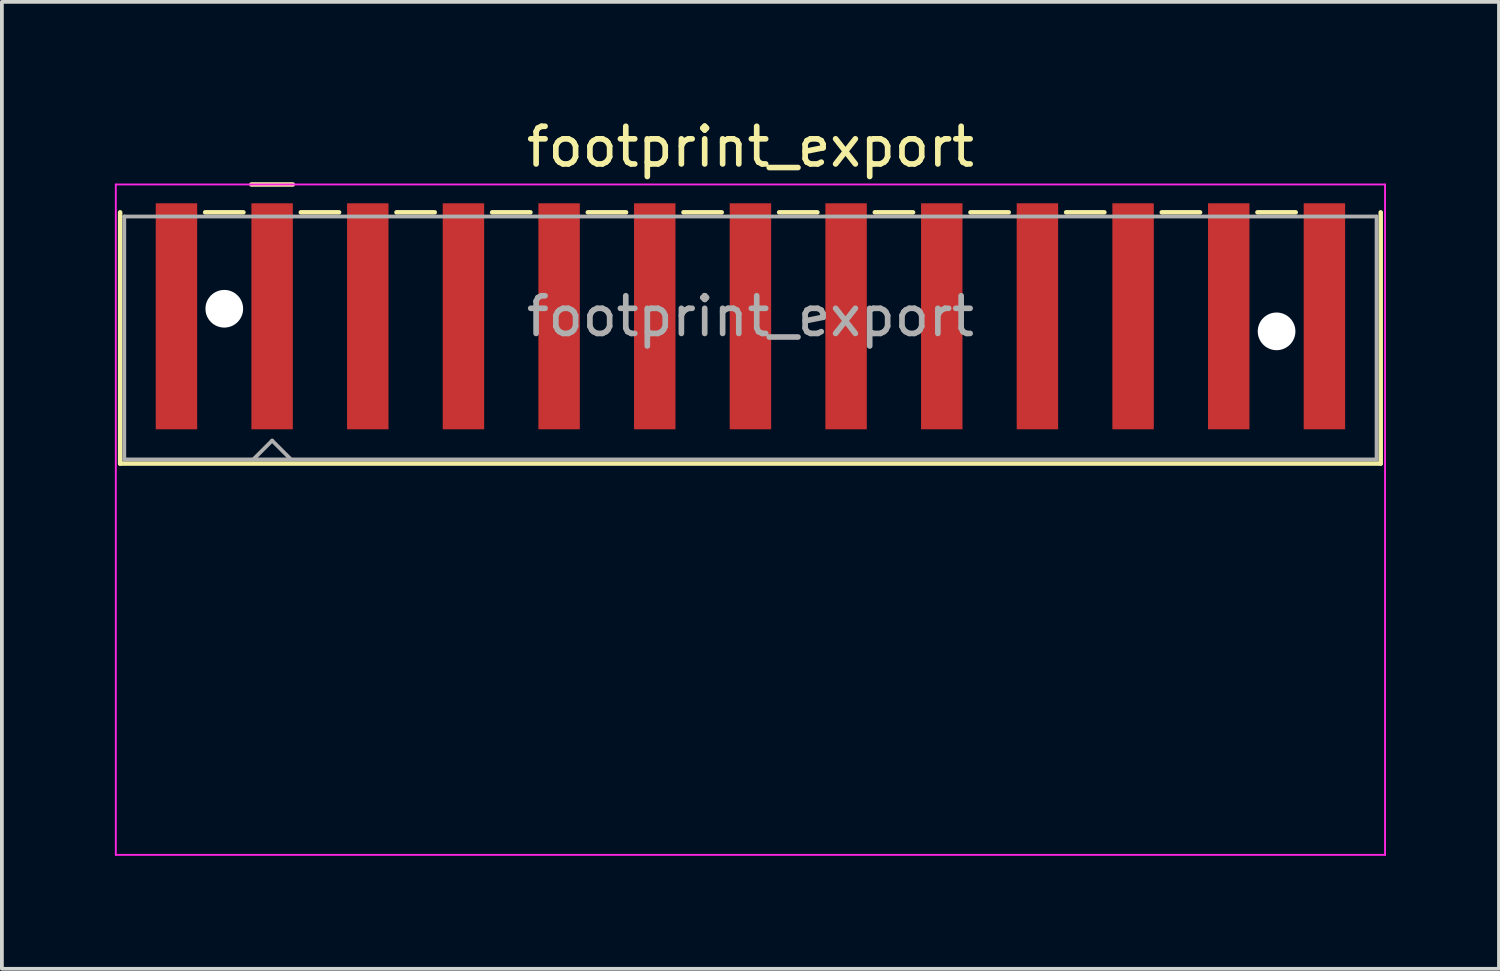
<source format=kicad_pcb>
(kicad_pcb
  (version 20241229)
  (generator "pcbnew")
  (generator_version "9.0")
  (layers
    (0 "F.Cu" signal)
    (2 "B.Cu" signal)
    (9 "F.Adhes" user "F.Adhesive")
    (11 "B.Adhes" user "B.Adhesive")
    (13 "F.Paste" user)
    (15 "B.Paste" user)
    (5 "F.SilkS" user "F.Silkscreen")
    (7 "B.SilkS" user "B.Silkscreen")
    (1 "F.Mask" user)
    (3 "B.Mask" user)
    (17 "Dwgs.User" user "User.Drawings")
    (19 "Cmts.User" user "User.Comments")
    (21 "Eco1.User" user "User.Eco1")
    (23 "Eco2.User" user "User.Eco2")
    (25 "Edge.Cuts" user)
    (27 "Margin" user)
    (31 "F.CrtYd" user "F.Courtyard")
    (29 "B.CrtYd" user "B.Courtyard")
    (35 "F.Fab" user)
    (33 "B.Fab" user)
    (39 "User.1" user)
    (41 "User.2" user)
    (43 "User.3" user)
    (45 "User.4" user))
  (footprint "footprint_export"
    (layer "F.Cu")
    (at 16.875 6.648)
    (property "Reference" "footprint_export" (at 0 -5.8 0) (layer "F.SilkS") (effects (font (size 1 1) (thickness 0.15))))
    (attr smd)
    (fp_line (start -16.735 -4.06) (end -16.735 2.61) (stroke (width 0.12) (type solid)) (layer "F.SilkS"))
    (fp_line (start -14.478 -4.06) (end -13.462 -4.06) (stroke (width 0.12) (type solid)) (layer "F.SilkS"))
    (fp_line (start -13.25 -4.8) (end -12.15 -4.8) (stroke (width 0.12) (type solid)) (layer "F.SilkS"))
    (fp_line (start -11.938 -4.06) (end -10.922 -4.06) (stroke (width 0.12) (type solid)) (layer "F.SilkS"))
    (fp_line (start -9.398 -4.06) (end -8.382 -4.06) (stroke (width 0.12) (type solid)) (layer "F.SilkS"))
    (fp_line (start -6.858 -4.06) (end -5.842 -4.06) (stroke (width 0.12) (type solid)) (layer "F.SilkS"))
    (fp_line (start -4.318 -4.06) (end -3.302 -4.06) (stroke (width 0.12) (type solid)) (layer "F.SilkS"))
    (fp_line (start -1.778 -4.06) (end -0.762 -4.06) (stroke (width 0.12) (type solid)) (layer "F.SilkS"))
    (fp_line (start 0.762 -4.06) (end 1.778 -4.06) (stroke (width 0.12) (type solid)) (layer "F.SilkS"))
    (fp_line (start 3.302 -4.06) (end 4.318 -4.06) (stroke (width 0.12) (type solid)) (layer "F.SilkS"))
    (fp_line (start 5.842 -4.06) (end 6.858 -4.06) (stroke (width 0.12) (type solid)) (layer "F.SilkS"))
    (fp_line (start 8.382 -4.06) (end 9.398 -4.06) (stroke (width 0.12) (type solid)) (layer "F.SilkS"))
    (fp_line (start 10.922 -4.06) (end 11.938 -4.06) (stroke (width 0.12) (type solid)) (layer "F.SilkS"))
    (fp_line (start 13.462 -4.06) (end 14.478 -4.06) (stroke (width 0.12) (type solid)) (layer "F.SilkS"))
    (fp_line (start 16.735 -4.06) (end 16.735 2.61) (stroke (width 0.12) (type solid)) (layer "F.SilkS"))
    (fp_line (start 16.735 2.61) (end -16.735 2.61) (stroke (width 0.12) (type solid)) (layer "F.SilkS"))
    (fp_line (start -16.85 -4.8) (end -16.85 13) (stroke (width 0.05) (type solid)) (layer "F.CrtYd"))
    (fp_line (start -16.85 13) (end 16.85 13) (stroke (width 0.05) (type solid)) (layer "F.CrtYd"))
    (fp_line (start 16.85 -4.8) (end -16.85 -4.8) (stroke (width 0.05) (type solid)) (layer "F.CrtYd"))
    (fp_line (start 16.85 13) (end 16.85 -4.8) (stroke (width 0.05) (type solid)) (layer "F.CrtYd"))
    (fp_line (start -16.625 -3.95) (end -16.625 2.5) (stroke (width 0.1) (type solid)) (layer "F.Fab"))
    (fp_line (start -16.625 2.5) (end 16.625 2.5) (stroke (width 0.1) (type solid)) (layer "F.Fab"))
    (fp_line (start -13.2 2.5) (end -12.7 2) (stroke (width 0.1) (type solid)) (layer "F.Fab"))
    (fp_line (start -12.7 2) (end -12.2 2.5) (stroke (width 0.1) (type solid)) (layer "F.Fab"))
    (fp_line (start 16.625 -3.95) (end -16.625 -3.95) (stroke (width 0.1) (type solid)) (layer "F.Fab"))
    (fp_line (start 16.625 2.5) (end 16.625 -3.95) (stroke (width 0.1) (type solid)) (layer "F.Fab"))
    (fp_text user "${REFERENCE}" (at 0 -1.3 0) (layer "F.Fab") (effects (font (size 1 1) (thickness 0.15))))
    (pad "" np_thru_hole circle (at -13.97 -1.5) (size 1 1) (drill 1) (layers "*.Cu" "*.Mask"))
    (pad "" np_thru_hole circle (at 13.97 -0.9) (size 1 1) (drill 1) (layers "*.Cu" "*.Mask"))
    (pad "1" smd rect (at -12.7 -1.3) (size 1.1 6) (layers "F.Cu" "F.Mask" "F.Paste"))
    (pad "2" smd rect (at -10.16 -1.3) (size 1.1 6) (layers "F.Cu" "F.Mask" "F.Paste"))
    (pad "3" smd rect (at -7.62 -1.3) (size 1.1 6) (layers "F.Cu" "F.Mask" "F.Paste"))
    (pad "4" smd rect (at -5.08 -1.3) (size 1.1 6) (layers "F.Cu" "F.Mask" "F.Paste"))
    (pad "5" smd rect (at -2.54 -1.3) (size 1.1 6) (layers "F.Cu" "F.Mask" "F.Paste"))
    (pad "6" smd rect (at 0 -1.3) (size 1.1 6) (layers "F.Cu" "F.Mask" "F.Paste"))
    (pad "7" smd rect (at 2.54 -1.3) (size 1.1 6) (layers "F.Cu" "F.Mask" "F.Paste"))
    (pad "8" smd rect (at 5.08 -1.3) (size 1.1 6) (layers "F.Cu" "F.Mask" "F.Paste"))
    (pad "9" smd rect (at 7.62 -1.3) (size 1.1 6) (layers "F.Cu" "F.Mask" "F.Paste"))
    (pad "10" smd rect (at 10.16 -1.3) (size 1.1 6) (layers "F.Cu" "F.Mask" "F.Paste"))
    (pad "11" smd rect (at 12.7 -1.3) (size 1.1 6) (layers "F.Cu" "F.Mask" "F.Paste"))
    (pad "MP" smd rect (at -15.24 -1.3) (size 1.1 6) (layers "F.Cu" "F.Mask" "F.Paste"))
    (pad "MP" smd rect (at 15.24 -1.3) (size 1.1 6) (layers "F.Cu" "F.Mask" "F.Paste")))
  (gr_rect
    (start -3 -3)
    (end 36.75 22.673)
    (stroke (width 0.1) (type default))
    (fill no)
    (layer "Edge.Cuts")))
</source>
